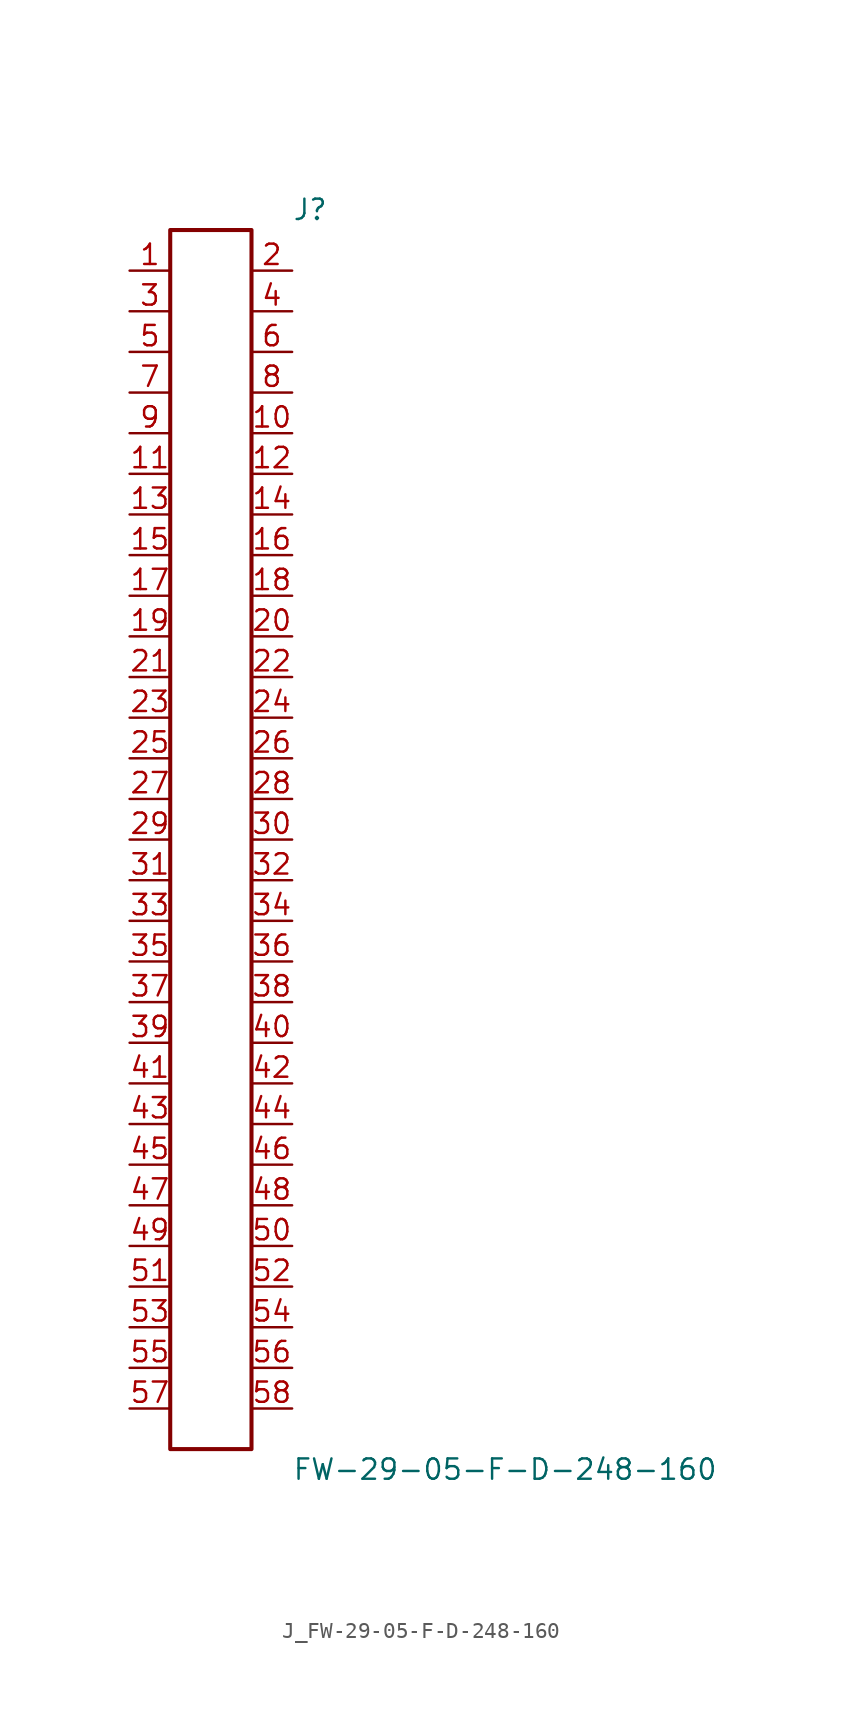
<source format=kicad_sym>
(kicad_symbol_lib
  (version 20231120)
  (generator kicad_symbol_editor)
  (generator_version 8.0)
  (symbol "J_FW-29-05-F-D-248-160"
    (pin_names
      (offset 0.254))
    (property "Reference" "J"
      (at 5.08 39.37 0)
      (effects (font (size 1.27 1.27)) (justify left)))
    (property "Value" "FW-29-05-F-D-248-160"
      (at 5.08 -39.37 0)
      (effects (font (size 1.27 1.27)) (justify left)))
    (symbol "J_FW-29-05-F-D-248-160_0_0"
      (pin passive line (at -5.08 35.56 0) (length 2.54) (name "" (effects (font (size 1.27 1.27)))) (number "1" (effects (font (size 1.27 1.27)))))
      (pin passive line (at 5.08 35.56 180) (length 2.54) (name "" (effects (font (size 1.27 1.27)))) (number "2" (effects (font (size 1.27 1.27)))))
      (pin passive line (at -5.08 33.02 0) (length 2.54) (name "" (effects (font (size 1.27 1.27)))) (number "3" (effects (font (size 1.27 1.27)))))
      (pin passive line (at 5.08 33.02 180) (length 2.54) (name "" (effects (font (size 1.27 1.27)))) (number "4" (effects (font (size 1.27 1.27)))))
      (pin passive line (at -5.08 30.48 0) (length 2.54) (name "" (effects (font (size 1.27 1.27)))) (number "5" (effects (font (size 1.27 1.27)))))
      (pin passive line (at 5.08 30.48 180) (length 2.54) (name "" (effects (font (size 1.27 1.27)))) (number "6" (effects (font (size 1.27 1.27)))))
      (pin passive line (at -5.08 27.94 0) (length 2.54) (name "" (effects (font (size 1.27 1.27)))) (number "7" (effects (font (size 1.27 1.27)))))
      (pin passive line (at 5.08 27.94 180) (length 2.54) (name "" (effects (font (size 1.27 1.27)))) (number "8" (effects (font (size 1.27 1.27)))))
      (pin passive line (at -5.08 25.4 0) (length 2.54) (name "" (effects (font (size 1.27 1.27)))) (number "9" (effects (font (size 1.27 1.27)))))
      (pin passive line (at 5.08 25.4 180) (length 2.54) (name "" (effects (font (size 1.27 1.27)))) (number "10" (effects (font (size 1.27 1.27)))))
      (pin passive line (at -5.08 22.86 0) (length 2.54) (name "" (effects (font (size 1.27 1.27)))) (number "11" (effects (font (size 1.27 1.27)))))
      (pin passive line (at 5.08 22.86 180) (length 2.54) (name "" (effects (font (size 1.27 1.27)))) (number "12" (effects (font (size 1.27 1.27)))))
      (pin passive line (at -5.08 20.32 0) (length 2.54) (name "" (effects (font (size 1.27 1.27)))) (number "13" (effects (font (size 1.27 1.27)))))
      (pin passive line (at 5.08 20.32 180) (length 2.54) (name "" (effects (font (size 1.27 1.27)))) (number "14" (effects (font (size 1.27 1.27)))))
      (pin passive line (at -5.08 17.78 0) (length 2.54) (name "" (effects (font (size 1.27 1.27)))) (number "15" (effects (font (size 1.27 1.27)))))
      (pin passive line (at 5.08 17.78 180) (length 2.54) (name "" (effects (font (size 1.27 1.27)))) (number "16" (effects (font (size 1.27 1.27)))))
      (pin passive line (at -5.08 15.24 0) (length 2.54) (name "" (effects (font (size 1.27 1.27)))) (number "17" (effects (font (size 1.27 1.27)))))
      (pin passive line (at 5.08 15.24 180) (length 2.54) (name "" (effects (font (size 1.27 1.27)))) (number "18" (effects (font (size 1.27 1.27)))))
      (pin passive line (at -5.08 12.7 0) (length 2.54) (name "" (effects (font (size 1.27 1.27)))) (number "19" (effects (font (size 1.27 1.27)))))
      (pin passive line (at 5.08 12.7 180) (length 2.54) (name "" (effects (font (size 1.27 1.27)))) (number "20" (effects (font (size 1.27 1.27)))))
      (pin passive line (at -5.08 10.16 0) (length 2.54) (name "" (effects (font (size 1.27 1.27)))) (number "21" (effects (font (size 1.27 1.27)))))
      (pin passive line (at 5.08 10.16 180) (length 2.54) (name "" (effects (font (size 1.27 1.27)))) (number "22" (effects (font (size 1.27 1.27)))))
      (pin passive line (at -5.08 7.62 0) (length 2.54) (name "" (effects (font (size 1.27 1.27)))) (number "23" (effects (font (size 1.27 1.27)))))
      (pin passive line (at 5.08 7.62 180) (length 2.54) (name "" (effects (font (size 1.27 1.27)))) (number "24" (effects (font (size 1.27 1.27)))))
      (pin passive line (at -5.08 5.08 0) (length 2.54) (name "" (effects (font (size 1.27 1.27)))) (number "25" (effects (font (size 1.27 1.27)))))
      (pin passive line (at 5.08 5.08 180) (length 2.54) (name "" (effects (font (size 1.27 1.27)))) (number "26" (effects (font (size 1.27 1.27)))))
      (pin passive line (at -5.08 2.54 0) (length 2.54) (name "" (effects (font (size 1.27 1.27)))) (number "27" (effects (font (size 1.27 1.27)))))
      (pin passive line (at 5.08 2.54 180) (length 2.54) (name "" (effects (font (size 1.27 1.27)))) (number "28" (effects (font (size 1.27 1.27)))))
      (pin passive line (at -5.08 0.0 0) (length 2.54) (name "" (effects (font (size 1.27 1.27)))) (number "29" (effects (font (size 1.27 1.27)))))
      (pin passive line (at 5.08 0.0 180) (length 2.54) (name "" (effects (font (size 1.27 1.27)))) (number "30" (effects (font (size 1.27 1.27)))))
      (pin passive line (at -5.08 -2.54 0) (length 2.54) (name "" (effects (font (size 1.27 1.27)))) (number "31" (effects (font (size 1.27 1.27)))))
      (pin passive line (at 5.08 -2.54 180) (length 2.54) (name "" (effects (font (size 1.27 1.27)))) (number "32" (effects (font (size 1.27 1.27)))))
      (pin passive line (at -5.08 -5.08 0) (length 2.54) (name "" (effects (font (size 1.27 1.27)))) (number "33" (effects (font (size 1.27 1.27)))))
      (pin passive line (at 5.08 -5.08 180) (length 2.54) (name "" (effects (font (size 1.27 1.27)))) (number "34" (effects (font (size 1.27 1.27)))))
      (pin passive line (at -5.08 -7.62 0) (length 2.54) (name "" (effects (font (size 1.27 1.27)))) (number "35" (effects (font (size 1.27 1.27)))))
      (pin passive line (at 5.08 -7.62 180) (length 2.54) (name "" (effects (font (size 1.27 1.27)))) (number "36" (effects (font (size 1.27 1.27)))))
      (pin passive line (at -5.08 -10.16 0) (length 2.54) (name "" (effects (font (size 1.27 1.27)))) (number "37" (effects (font (size 1.27 1.27)))))
      (pin passive line (at 5.08 -10.16 180) (length 2.54) (name "" (effects (font (size 1.27 1.27)))) (number "38" (effects (font (size 1.27 1.27)))))
      (pin passive line (at -5.08 -12.7 0) (length 2.54) (name "" (effects (font (size 1.27 1.27)))) (number "39" (effects (font (size 1.27 1.27)))))
      (pin passive line (at 5.08 -12.7 180) (length 2.54) (name "" (effects (font (size 1.27 1.27)))) (number "40" (effects (font (size 1.27 1.27)))))
      (pin passive line (at -5.08 -15.24 0) (length 2.54) (name "" (effects (font (size 1.27 1.27)))) (number "41" (effects (font (size 1.27 1.27)))))
      (pin passive line (at 5.08 -15.24 180) (length 2.54) (name "" (effects (font (size 1.27 1.27)))) (number "42" (effects (font (size 1.27 1.27)))))
      (pin passive line (at -5.08 -17.78 0) (length 2.54) (name "" (effects (font (size 1.27 1.27)))) (number "43" (effects (font (size 1.27 1.27)))))
      (pin passive line (at 5.08 -17.78 180) (length 2.54) (name "" (effects (font (size 1.27 1.27)))) (number "44" (effects (font (size 1.27 1.27)))))
      (pin passive line (at -5.08 -20.32 0) (length 2.54) (name "" (effects (font (size 1.27 1.27)))) (number "45" (effects (font (size 1.27 1.27)))))
      (pin passive line (at 5.08 -20.32 180) (length 2.54) (name "" (effects (font (size 1.27 1.27)))) (number "46" (effects (font (size 1.27 1.27)))))
      (pin passive line (at -5.08 -22.86 0) (length 2.54) (name "" (effects (font (size 1.27 1.27)))) (number "47" (effects (font (size 1.27 1.27)))))
      (pin passive line (at 5.08 -22.86 180) (length 2.54) (name "" (effects (font (size 1.27 1.27)))) (number "48" (effects (font (size 1.27 1.27)))))
      (pin passive line (at -5.08 -25.4 0) (length 2.54) (name "" (effects (font (size 1.27 1.27)))) (number "49" (effects (font (size 1.27 1.27)))))
      (pin passive line (at 5.08 -25.4 180) (length 2.54) (name "" (effects (font (size 1.27 1.27)))) (number "50" (effects (font (size 1.27 1.27)))))
      (pin passive line (at -5.08 -27.94 0) (length 2.54) (name "" (effects (font (size 1.27 1.27)))) (number "51" (effects (font (size 1.27 1.27)))))
      (pin passive line (at 5.08 -27.94 180) (length 2.54) (name "" (effects (font (size 1.27 1.27)))) (number "52" (effects (font (size 1.27 1.27)))))
      (pin passive line (at -5.08 -30.48 0) (length 2.54) (name "" (effects (font (size 1.27 1.27)))) (number "53" (effects (font (size 1.27 1.27)))))
      (pin passive line (at 5.08 -30.48 180) (length 2.54) (name "" (effects (font (size 1.27 1.27)))) (number "54" (effects (font (size 1.27 1.27)))))
      (pin passive line (at -5.08 -33.02 0) (length 2.54) (name "" (effects (font (size 1.27 1.27)))) (number "55" (effects (font (size 1.27 1.27)))))
      (pin passive line (at 5.08 -33.02 180) (length 2.54) (name "" (effects (font (size 1.27 1.27)))) (number "56" (effects (font (size 1.27 1.27)))))
      (pin passive line (at -5.08 -35.56 0) (length 2.54) (name "" (effects (font (size 1.27 1.27)))) (number "57" (effects (font (size 1.27 1.27)))))
      (pin passive line (at 5.08 -35.56 180) (length 2.54) (name "" (effects (font (size 1.27 1.27)))) (number "58" (effects (font (size 1.27 1.27))))))
    (symbol "J_FW-29-05-F-D-248-160_1_0"
      (rectangle (start -2.54 38.1) (end 2.54 -38.1) (stroke (width 0.254) (type solid)) (fill (type none))))))
</source>
